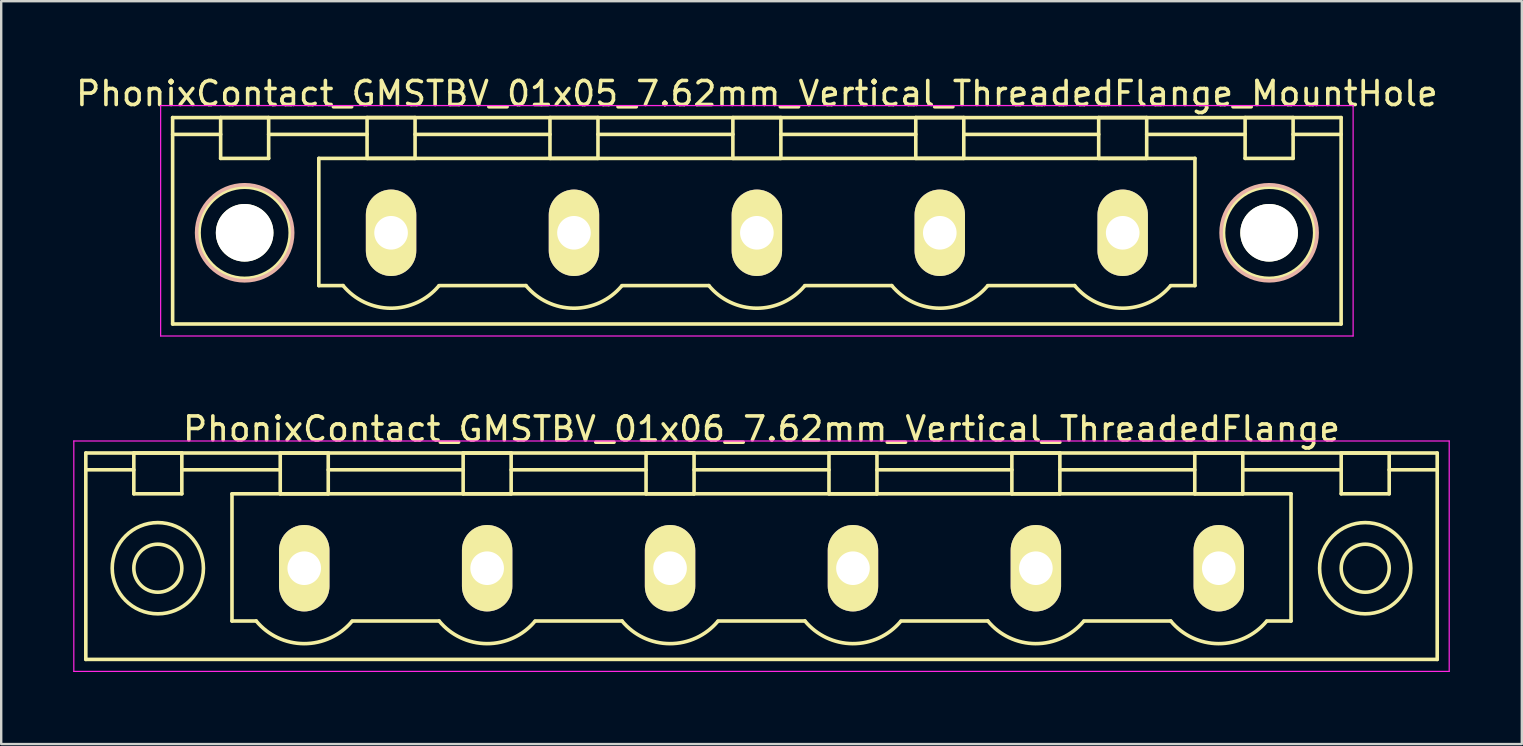
<source format=kicad_pcb>
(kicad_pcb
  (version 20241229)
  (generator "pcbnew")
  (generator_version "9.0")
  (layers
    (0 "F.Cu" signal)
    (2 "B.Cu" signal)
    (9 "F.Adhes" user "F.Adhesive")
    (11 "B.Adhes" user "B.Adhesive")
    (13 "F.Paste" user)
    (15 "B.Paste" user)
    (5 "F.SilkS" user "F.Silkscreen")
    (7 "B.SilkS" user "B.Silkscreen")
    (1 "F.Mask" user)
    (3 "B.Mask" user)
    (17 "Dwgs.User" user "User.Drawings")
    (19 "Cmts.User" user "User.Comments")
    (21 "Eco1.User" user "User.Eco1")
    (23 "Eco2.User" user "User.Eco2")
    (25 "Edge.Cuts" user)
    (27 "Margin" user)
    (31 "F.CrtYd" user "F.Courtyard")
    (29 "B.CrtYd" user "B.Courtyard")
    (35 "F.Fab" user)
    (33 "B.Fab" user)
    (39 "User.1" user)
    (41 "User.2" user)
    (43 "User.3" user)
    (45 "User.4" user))
  (footprint "PhonixContact_GMSTBV_01x06_7.62mm_Vertical_ThreadedFlange"
    (layer "F.Cu")
    (at 9.625 20.622)
    (property "Reference" "PhonixContact_GMSTBV_01x06_7.62mm_Vertical_ThreadedFlange" (at 19.05 -5.8 0) (layer "F.SilkS") (effects (font (size 1 1) (thickness 0.15))))
    (attr through_hole)
    (fp_line (start -9.1 -4.8) (end -9.1 3.8) (stroke (width 0.15) (type solid)) (layer "F.SilkS"))
    (fp_line (start -9.1 -4.1) (end -7.1 -4.1) (stroke (width 0.15) (type solid)) (layer "F.SilkS"))
    (fp_line (start -9.1 3.8) (end 47.2 3.8) (stroke (width 0.15) (type solid)) (layer "F.SilkS"))
    (fp_line (start -7.1 -4.8) (end -5.1 -4.8) (stroke (width 0.15) (type solid)) (layer "F.SilkS"))
    (fp_line (start -7.1 -3.1) (end -7.1 -4.8) (stroke (width 0.15) (type solid)) (layer "F.SilkS"))
    (fp_line (start -5.1 -4.8) (end -5.1 -3.1) (stroke (width 0.15) (type solid)) (layer "F.SilkS"))
    (fp_line (start -5.1 -4.1) (end -1 -4.1) (stroke (width 0.15) (type solid)) (layer "F.SilkS"))
    (fp_line (start -5.1 -3.1) (end -7.1 -3.1) (stroke (width 0.15) (type solid)) (layer "F.SilkS"))
    (fp_line (start -3.01 -3.1) (end 41.11 -3.1) (stroke (width 0.15) (type solid)) (layer "F.SilkS"))
    (fp_line (start -3.01 2.2) (end -3.01 -3.1) (stroke (width 0.15) (type solid)) (layer "F.SilkS"))
    (fp_line (start -2 2.2) (end -3.01 2.2) (stroke (width 0.15) (type solid)) (layer "F.SilkS"))
    (fp_line (start -1 -4.8) (end 1 -4.8) (stroke (width 0.15) (type solid)) (layer "F.SilkS"))
    (fp_line (start -1 -3.1) (end -1 -4.8) (stroke (width 0.15) (type solid)) (layer "F.SilkS"))
    (fp_line (start 1 -4.8) (end 1 -3.1) (stroke (width 0.15) (type solid)) (layer "F.SilkS"))
    (fp_line (start 1 -4.1) (end 6.62 -4.1) (stroke (width 0.15) (type solid)) (layer "F.SilkS"))
    (fp_line (start 1 -3.1) (end -1 -3.1) (stroke (width 0.15) (type solid)) (layer "F.SilkS"))
    (fp_line (start 2 2.2) (end 5.62 2.2) (stroke (width 0.15) (type solid)) (layer "F.SilkS"))
    (fp_line (start 6.62 -4.8) (end 8.62 -4.8) (stroke (width 0.15) (type solid)) (layer "F.SilkS"))
    (fp_line (start 6.62 -3.1) (end 6.62 -4.8) (stroke (width 0.15) (type solid)) (layer "F.SilkS"))
    (fp_line (start 8.62 -4.8) (end 8.62 -3.1) (stroke (width 0.15) (type solid)) (layer "F.SilkS"))
    (fp_line (start 8.62 -4.1) (end 14.24 -4.1) (stroke (width 0.15) (type solid)) (layer "F.SilkS"))
    (fp_line (start 8.62 -3.1) (end 6.62 -3.1) (stroke (width 0.15) (type solid)) (layer "F.SilkS"))
    (fp_line (start 9.62 2.2) (end 13.24 2.2) (stroke (width 0.15) (type solid)) (layer "F.SilkS"))
    (fp_line (start 14.24 -4.8) (end 16.24 -4.8) (stroke (width 0.15) (type solid)) (layer "F.SilkS"))
    (fp_line (start 14.24 -3.1) (end 14.24 -4.8) (stroke (width 0.15) (type solid)) (layer "F.SilkS"))
    (fp_line (start 16.24 -4.8) (end 16.24 -3.1) (stroke (width 0.15) (type solid)) (layer "F.SilkS"))
    (fp_line (start 16.24 -4.1) (end 21.86 -4.1) (stroke (width 0.15) (type solid)) (layer "F.SilkS"))
    (fp_line (start 16.24 -3.1) (end 14.24 -3.1) (stroke (width 0.15) (type solid)) (layer "F.SilkS"))
    (fp_line (start 17.24 2.2) (end 20.86 2.2) (stroke (width 0.15) (type solid)) (layer "F.SilkS"))
    (fp_line (start 21.86 -4.8) (end 23.86 -4.8) (stroke (width 0.15) (type solid)) (layer "F.SilkS"))
    (fp_line (start 21.86 -3.1) (end 21.86 -4.8) (stroke (width 0.15) (type solid)) (layer "F.SilkS"))
    (fp_line (start 23.86 -4.8) (end 23.86 -3.1) (stroke (width 0.15) (type solid)) (layer "F.SilkS"))
    (fp_line (start 23.86 -4.1) (end 29.48 -4.1) (stroke (width 0.15) (type solid)) (layer "F.SilkS"))
    (fp_line (start 23.86 -3.1) (end 21.86 -3.1) (stroke (width 0.15) (type solid)) (layer "F.SilkS"))
    (fp_line (start 24.86 2.2) (end 28.48 2.2) (stroke (width 0.15) (type solid)) (layer "F.SilkS"))
    (fp_line (start 29.48 -4.8) (end 31.48 -4.8) (stroke (width 0.15) (type solid)) (layer "F.SilkS"))
    (fp_line (start 29.48 -3.1) (end 29.48 -4.8) (stroke (width 0.15) (type solid)) (layer "F.SilkS"))
    (fp_line (start 31.48 -4.8) (end 31.48 -3.1) (stroke (width 0.15) (type solid)) (layer "F.SilkS"))
    (fp_line (start 31.48 -4.1) (end 37.1 -4.1) (stroke (width 0.15) (type solid)) (layer "F.SilkS"))
    (fp_line (start 31.48 -3.1) (end 29.48 -3.1) (stroke (width 0.15) (type solid)) (layer "F.SilkS"))
    (fp_line (start 32.48 2.2) (end 36.1 2.2) (stroke (width 0.15) (type solid)) (layer "F.SilkS"))
    (fp_line (start 37.1 -4.8) (end 39.1 -4.8) (stroke (width 0.15) (type solid)) (layer "F.SilkS"))
    (fp_line (start 37.1 -3.1) (end 37.1 -4.8) (stroke (width 0.15) (type solid)) (layer "F.SilkS"))
    (fp_line (start 39.1 -4.8) (end 39.1 -3.1) (stroke (width 0.15) (type solid)) (layer "F.SilkS"))
    (fp_line (start 39.1 -4.1) (end 43.2 -4.1) (stroke (width 0.15) (type solid)) (layer "F.SilkS"))
    (fp_line (start 39.1 -3.1) (end 37.1 -3.1) (stroke (width 0.15) (type solid)) (layer "F.SilkS"))
    (fp_line (start 41.11 -3.1) (end 41.11 2.2) (stroke (width 0.15) (type solid)) (layer "F.SilkS"))
    (fp_line (start 41.11 2.2) (end 40.1 2.2) (stroke (width 0.15) (type solid)) (layer "F.SilkS"))
    (fp_line (start 43.2 -4.8) (end 45.2 -4.8) (stroke (width 0.15) (type solid)) (layer "F.SilkS"))
    (fp_line (start 43.2 -3.1) (end 43.2 -4.8) (stroke (width 0.15) (type solid)) (layer "F.SilkS"))
    (fp_line (start 45.2 -4.8) (end 45.2 -3.1) (stroke (width 0.15) (type solid)) (layer "F.SilkS"))
    (fp_line (start 45.2 -3.1) (end 43.2 -3.1) (stroke (width 0.15) (type solid)) (layer "F.SilkS"))
    (fp_line (start 47.2 -4.8) (end -9.1 -4.8) (stroke (width 0.15) (type solid)) (layer "F.SilkS"))
    (fp_line (start 47.2 -4.1) (end 45.2 -4.1) (stroke (width 0.15) (type solid)) (layer "F.SilkS"))
    (fp_line (start 47.2 3.8) (end 47.2 -4.8) (stroke (width 0.15) (type solid)) (layer "F.SilkS"))
    (fp_arc (start 1.986842 2.215821) (mid -0.010289 3.142758) (end -2 2.2) (stroke (width 0.15) (type solid)) (layer "F.SilkS"))
    (fp_arc (start 9.606842 2.215821) (mid 7.609711 3.142758) (end 5.62 2.2) (stroke (width 0.15) (type solid)) (layer "F.SilkS"))
    (fp_arc (start 17.226842 2.215821) (mid 15.229711 3.142758) (end 13.24 2.2) (stroke (width 0.15) (type solid)) (layer "F.SilkS"))
    (fp_arc (start 24.846842 2.215821) (mid 22.849711 3.142758) (end 20.86 2.2) (stroke (width 0.15) (type solid)) (layer "F.SilkS"))
    (fp_arc (start 32.466842 2.215821) (mid 30.469711 3.142758) (end 28.48 2.2) (stroke (width 0.15) (type solid)) (layer "F.SilkS"))
    (fp_arc (start 40.086842 2.215821) (mid 38.089711 3.142758) (end 36.1 2.2) (stroke (width 0.15) (type solid)) (layer "F.SilkS"))
    (fp_circle (center -6.1 0) (end -5.1 0) (stroke (width 0.15) (type solid)) (fill no) (layer "F.SilkS"))
    (fp_circle (center -6.1 0) (end -4.2 0) (stroke (width 0.15) (type solid)) (fill no) (layer "F.SilkS"))
    (fp_circle (center 44.2 0) (end 45.2 0) (stroke (width 0.15) (type solid)) (fill no) (layer "F.SilkS"))
    (fp_circle (center 44.2 0) (end 46.1 0) (stroke (width 0.15) (type solid)) (fill no) (layer "F.SilkS"))
    (fp_line (start -9.6 -5.3) (end -9.6 4.3) (stroke (width 0.05) (type solid)) (layer "F.CrtYd"))
    (fp_line (start -9.6 4.3) (end 47.7 4.3) (stroke (width 0.05) (type solid)) (layer "F.CrtYd"))
    (fp_line (start 47.7 -5.3) (end -9.6 -5.3) (stroke (width 0.05) (type solid)) (layer "F.CrtYd"))
    (fp_line (start 47.7 4.3) (end 47.7 -5.3) (stroke (width 0.05) (type solid)) (layer "F.CrtYd"))
    (pad "1" thru_hole oval (at 0 0) (size 2.1 3.6) (drill 1.4) (layers "*.Cu" "*.Mask" "F.SilkS"))
    (pad "2" thru_hole oval (at 7.62 0) (size 2.1 3.6) (drill 1.4) (layers "*.Cu" "*.Mask" "F.SilkS"))
    (pad "3" thru_hole oval (at 15.24 0) (size 2.1 3.6) (drill 1.4) (layers "*.Cu" "*.Mask" "F.SilkS"))
    (pad "4" thru_hole oval (at 22.86 0) (size 2.1 3.6) (drill 1.4) (layers "*.Cu" "*.Mask" "F.SilkS"))
    (pad "5" thru_hole oval (at 30.48 0) (size 2.1 3.6) (drill 1.4) (layers "*.Cu" "*.Mask" "F.SilkS"))
    (pad "6" thru_hole oval (at 38.1 0) (size 2.1 3.6) (drill 1.4) (layers "*.Cu" "*.Mask" "F.SilkS")))
  (footprint "PhonixContact_GMSTBV_01x05_7.62mm_Vertical_ThreadedFlange_MountHole"
    (layer "F.Cu")
    (at 13.242 6.648)
    (property "Reference" "PhonixContact_GMSTBV_01x05_7.62mm_Vertical_ThreadedFlange_MountHole" (at 15.24 -5.8 0) (layer "F.SilkS") (effects (font (size 1 1) (thickness 0.15))))
    (attr through_hole)
    (fp_line (start -9.1 -4.8) (end -9.1 3.8) (stroke (width 0.15) (type solid)) (layer "F.SilkS"))
    (fp_line (start -9.1 -4.1) (end -7.1 -4.1) (stroke (width 0.15) (type solid)) (layer "F.SilkS"))
    (fp_line (start -9.1 3.8) (end 39.58 3.8) (stroke (width 0.15) (type solid)) (layer "F.SilkS"))
    (fp_line (start -7.1 -4.8) (end -5.1 -4.8) (stroke (width 0.15) (type solid)) (layer "F.SilkS"))
    (fp_line (start -7.1 -3.1) (end -7.1 -4.8) (stroke (width 0.15) (type solid)) (layer "F.SilkS"))
    (fp_line (start -5.1 -4.8) (end -5.1 -3.1) (stroke (width 0.15) (type solid)) (layer "F.SilkS"))
    (fp_line (start -5.1 -4.1) (end -1 -4.1) (stroke (width 0.15) (type solid)) (layer "F.SilkS"))
    (fp_line (start -5.1 -3.1) (end -7.1 -3.1) (stroke (width 0.15) (type solid)) (layer "F.SilkS"))
    (fp_line (start -3.01 -3.1) (end 33.49 -3.1) (stroke (width 0.15) (type solid)) (layer "F.SilkS"))
    (fp_line (start -3.01 2.2) (end -3.01 -3.1) (stroke (width 0.15) (type solid)) (layer "F.SilkS"))
    (fp_line (start -2 2.2) (end -3.01 2.2) (stroke (width 0.15) (type solid)) (layer "F.SilkS"))
    (fp_line (start -1 -4.8) (end 1 -4.8) (stroke (width 0.15) (type solid)) (layer "F.SilkS"))
    (fp_line (start -1 -3.1) (end -1 -4.8) (stroke (width 0.15) (type solid)) (layer "F.SilkS"))
    (fp_line (start 1 -4.8) (end 1 -3.1) (stroke (width 0.15) (type solid)) (layer "F.SilkS"))
    (fp_line (start 1 -4.1) (end 6.62 -4.1) (stroke (width 0.15) (type solid)) (layer "F.SilkS"))
    (fp_line (start 1 -3.1) (end -1 -3.1) (stroke (width 0.15) (type solid)) (layer "F.SilkS"))
    (fp_line (start 2 2.2) (end 5.62 2.2) (stroke (width 0.15) (type solid)) (layer "F.SilkS"))
    (fp_line (start 6.62 -4.8) (end 8.62 -4.8) (stroke (width 0.15) (type solid)) (layer "F.SilkS"))
    (fp_line (start 6.62 -3.1) (end 6.62 -4.8) (stroke (width 0.15) (type solid)) (layer "F.SilkS"))
    (fp_line (start 8.62 -4.8) (end 8.62 -3.1) (stroke (width 0.15) (type solid)) (layer "F.SilkS"))
    (fp_line (start 8.62 -4.1) (end 14.24 -4.1) (stroke (width 0.15) (type solid)) (layer "F.SilkS"))
    (fp_line (start 8.62 -3.1) (end 6.62 -3.1) (stroke (width 0.15) (type solid)) (layer "F.SilkS"))
    (fp_line (start 9.62 2.2) (end 13.24 2.2) (stroke (width 0.15) (type solid)) (layer "F.SilkS"))
    (fp_line (start 14.24 -4.8) (end 16.24 -4.8) (stroke (width 0.15) (type solid)) (layer "F.SilkS"))
    (fp_line (start 14.24 -3.1) (end 14.24 -4.8) (stroke (width 0.15) (type solid)) (layer "F.SilkS"))
    (fp_line (start 16.24 -4.8) (end 16.24 -3.1) (stroke (width 0.15) (type solid)) (layer "F.SilkS"))
    (fp_line (start 16.24 -4.1) (end 21.86 -4.1) (stroke (width 0.15) (type solid)) (layer "F.SilkS"))
    (fp_line (start 16.24 -3.1) (end 14.24 -3.1) (stroke (width 0.15) (type solid)) (layer "F.SilkS"))
    (fp_line (start 17.24 2.2) (end 20.86 2.2) (stroke (width 0.15) (type solid)) (layer "F.SilkS"))
    (fp_line (start 21.86 -4.8) (end 23.86 -4.8) (stroke (width 0.15) (type solid)) (layer "F.SilkS"))
    (fp_line (start 21.86 -3.1) (end 21.86 -4.8) (stroke (width 0.15) (type solid)) (layer "F.SilkS"))
    (fp_line (start 23.86 -4.8) (end 23.86 -3.1) (stroke (width 0.15) (type solid)) (layer "F.SilkS"))
    (fp_line (start 23.86 -4.1) (end 29.48 -4.1) (stroke (width 0.15) (type solid)) (layer "F.SilkS"))
    (fp_line (start 23.86 -3.1) (end 21.86 -3.1) (stroke (width 0.15) (type solid)) (layer "F.SilkS"))
    (fp_line (start 24.86 2.2) (end 28.48 2.2) (stroke (width 0.15) (type solid)) (layer "F.SilkS"))
    (fp_line (start 29.48 -4.8) (end 31.48 -4.8) (stroke (width 0.15) (type solid)) (layer "F.SilkS"))
    (fp_line (start 29.48 -3.1) (end 29.48 -4.8) (stroke (width 0.15) (type solid)) (layer "F.SilkS"))
    (fp_line (start 31.48 -4.8) (end 31.48 -3.1) (stroke (width 0.15) (type solid)) (layer "F.SilkS"))
    (fp_line (start 31.48 -4.1) (end 35.58 -4.1) (stroke (width 0.15) (type solid)) (layer "F.SilkS"))
    (fp_line (start 31.48 -3.1) (end 29.48 -3.1) (stroke (width 0.15) (type solid)) (layer "F.SilkS"))
    (fp_line (start 33.49 -3.1) (end 33.49 2.2) (stroke (width 0.15) (type solid)) (layer "F.SilkS"))
    (fp_line (start 33.49 2.2) (end 32.48 2.2) (stroke (width 0.15) (type solid)) (layer "F.SilkS"))
    (fp_line (start 35.58 -4.8) (end 37.58 -4.8) (stroke (width 0.15) (type solid)) (layer "F.SilkS"))
    (fp_line (start 35.58 -3.1) (end 35.58 -4.8) (stroke (width 0.15) (type solid)) (layer "F.SilkS"))
    (fp_line (start 37.58 -4.8) (end 37.58 -3.1) (stroke (width 0.15) (type solid)) (layer "F.SilkS"))
    (fp_line (start 37.58 -3.1) (end 35.58 -3.1) (stroke (width 0.15) (type solid)) (layer "F.SilkS"))
    (fp_line (start 39.58 -4.8) (end -9.1 -4.8) (stroke (width 0.15) (type solid)) (layer "F.SilkS"))
    (fp_line (start 39.58 -4.1) (end 37.58 -4.1) (stroke (width 0.15) (type solid)) (layer "F.SilkS"))
    (fp_line (start 39.58 3.8) (end 39.58 -4.8) (stroke (width 0.15) (type solid)) (layer "F.SilkS"))
    (fp_arc (start 1.986842 2.215821) (mid -0.010289 3.142758) (end -2 2.2) (stroke (width 0.15) (type solid)) (layer "F.SilkS"))
    (fp_arc (start 9.606842 2.215821) (mid 7.609711 3.142758) (end 5.62 2.2) (stroke (width 0.15) (type solid)) (layer "F.SilkS"))
    (fp_arc (start 17.226842 2.215821) (mid 15.229711 3.142758) (end 13.24 2.2) (stroke (width 0.15) (type solid)) (layer "F.SilkS"))
    (fp_arc (start 24.846842 2.215821) (mid 22.849711 3.142758) (end 20.86 2.2) (stroke (width 0.15) (type solid)) (layer "F.SilkS"))
    (fp_arc (start 32.466842 2.215821) (mid 30.469711 3.142758) (end 28.48 2.2) (stroke (width 0.15) (type solid)) (layer "F.SilkS"))
    (fp_circle (center -6.1 0) (end -5.1 0) (stroke (width 0.15) (type solid)) (fill no) (layer "F.SilkS"))
    (fp_circle (center -6.1 0) (end -4.2 0) (stroke (width 0.15) (type solid)) (fill no) (layer "F.SilkS"))
    (fp_circle (center 36.58 0) (end 37.58 0) (stroke (width 0.15) (type solid)) (fill no) (layer "F.SilkS"))
    (fp_circle (center 36.58 0) (end 38.48 0) (stroke (width 0.15) (type solid)) (fill no) (layer "F.SilkS"))
    (fp_circle (center -6.1 0) (end -4.1 0) (stroke (width 0.15) (type solid)) (fill no) (layer "B.SilkS"))
    (fp_circle (center 36.58 0) (end 38.58 0) (stroke (width 0.15) (type solid)) (fill no) (layer "B.SilkS"))
    (fp_line (start -9.6 -5.3) (end -9.6 4.3) (stroke (width 0.05) (type solid)) (layer "F.CrtYd"))
    (fp_line (start -9.6 4.3) (end 40.08 4.3) (stroke (width 0.05) (type solid)) (layer "F.CrtYd"))
    (fp_line (start 40.08 -5.3) (end -9.6 -5.3) (stroke (width 0.05) (type solid)) (layer "F.CrtYd"))
    (fp_line (start 40.08 4.3) (end 40.08 -5.3) (stroke (width 0.05) (type solid)) (layer "F.CrtYd"))
    (pad "" np_thru_hole circle (at -6.1 0) (size 2.4 2.4) (drill 2.4) (layers "*.Cu" "*.Mask" "F.SilkS"))
    (pad "" np_thru_hole circle (at 36.58 0) (size 2.4 2.4) (drill 2.4) (layers "*.Cu" "*.Mask" "F.SilkS"))
    (pad "1" thru_hole oval (at 0 0) (size 2.1 3.6) (drill 1.4) (layers "*.Cu" "*.Mask" "F.SilkS"))
    (pad "2" thru_hole oval (at 7.62 0) (size 2.1 3.6) (drill 1.4) (layers "*.Cu" "*.Mask" "F.SilkS"))
    (pad "3" thru_hole oval (at 15.24 0) (size 2.1 3.6) (drill 1.4) (layers "*.Cu" "*.Mask" "F.SilkS"))
    (pad "4" thru_hole oval (at 22.86 0) (size 2.1 3.6) (drill 1.4) (layers "*.Cu" "*.Mask" "F.SilkS"))
    (pad "5" thru_hole oval (at 30.48 0) (size 2.1 3.6) (drill 1.4) (layers "*.Cu" "*.Mask" "F.SilkS")))
  (gr_rect
    (start -3 -3)
    (end 60.35 27.947)
    (stroke (width 0.1) (type default))
    (fill no)
    (layer "Edge.Cuts")))
</source>
